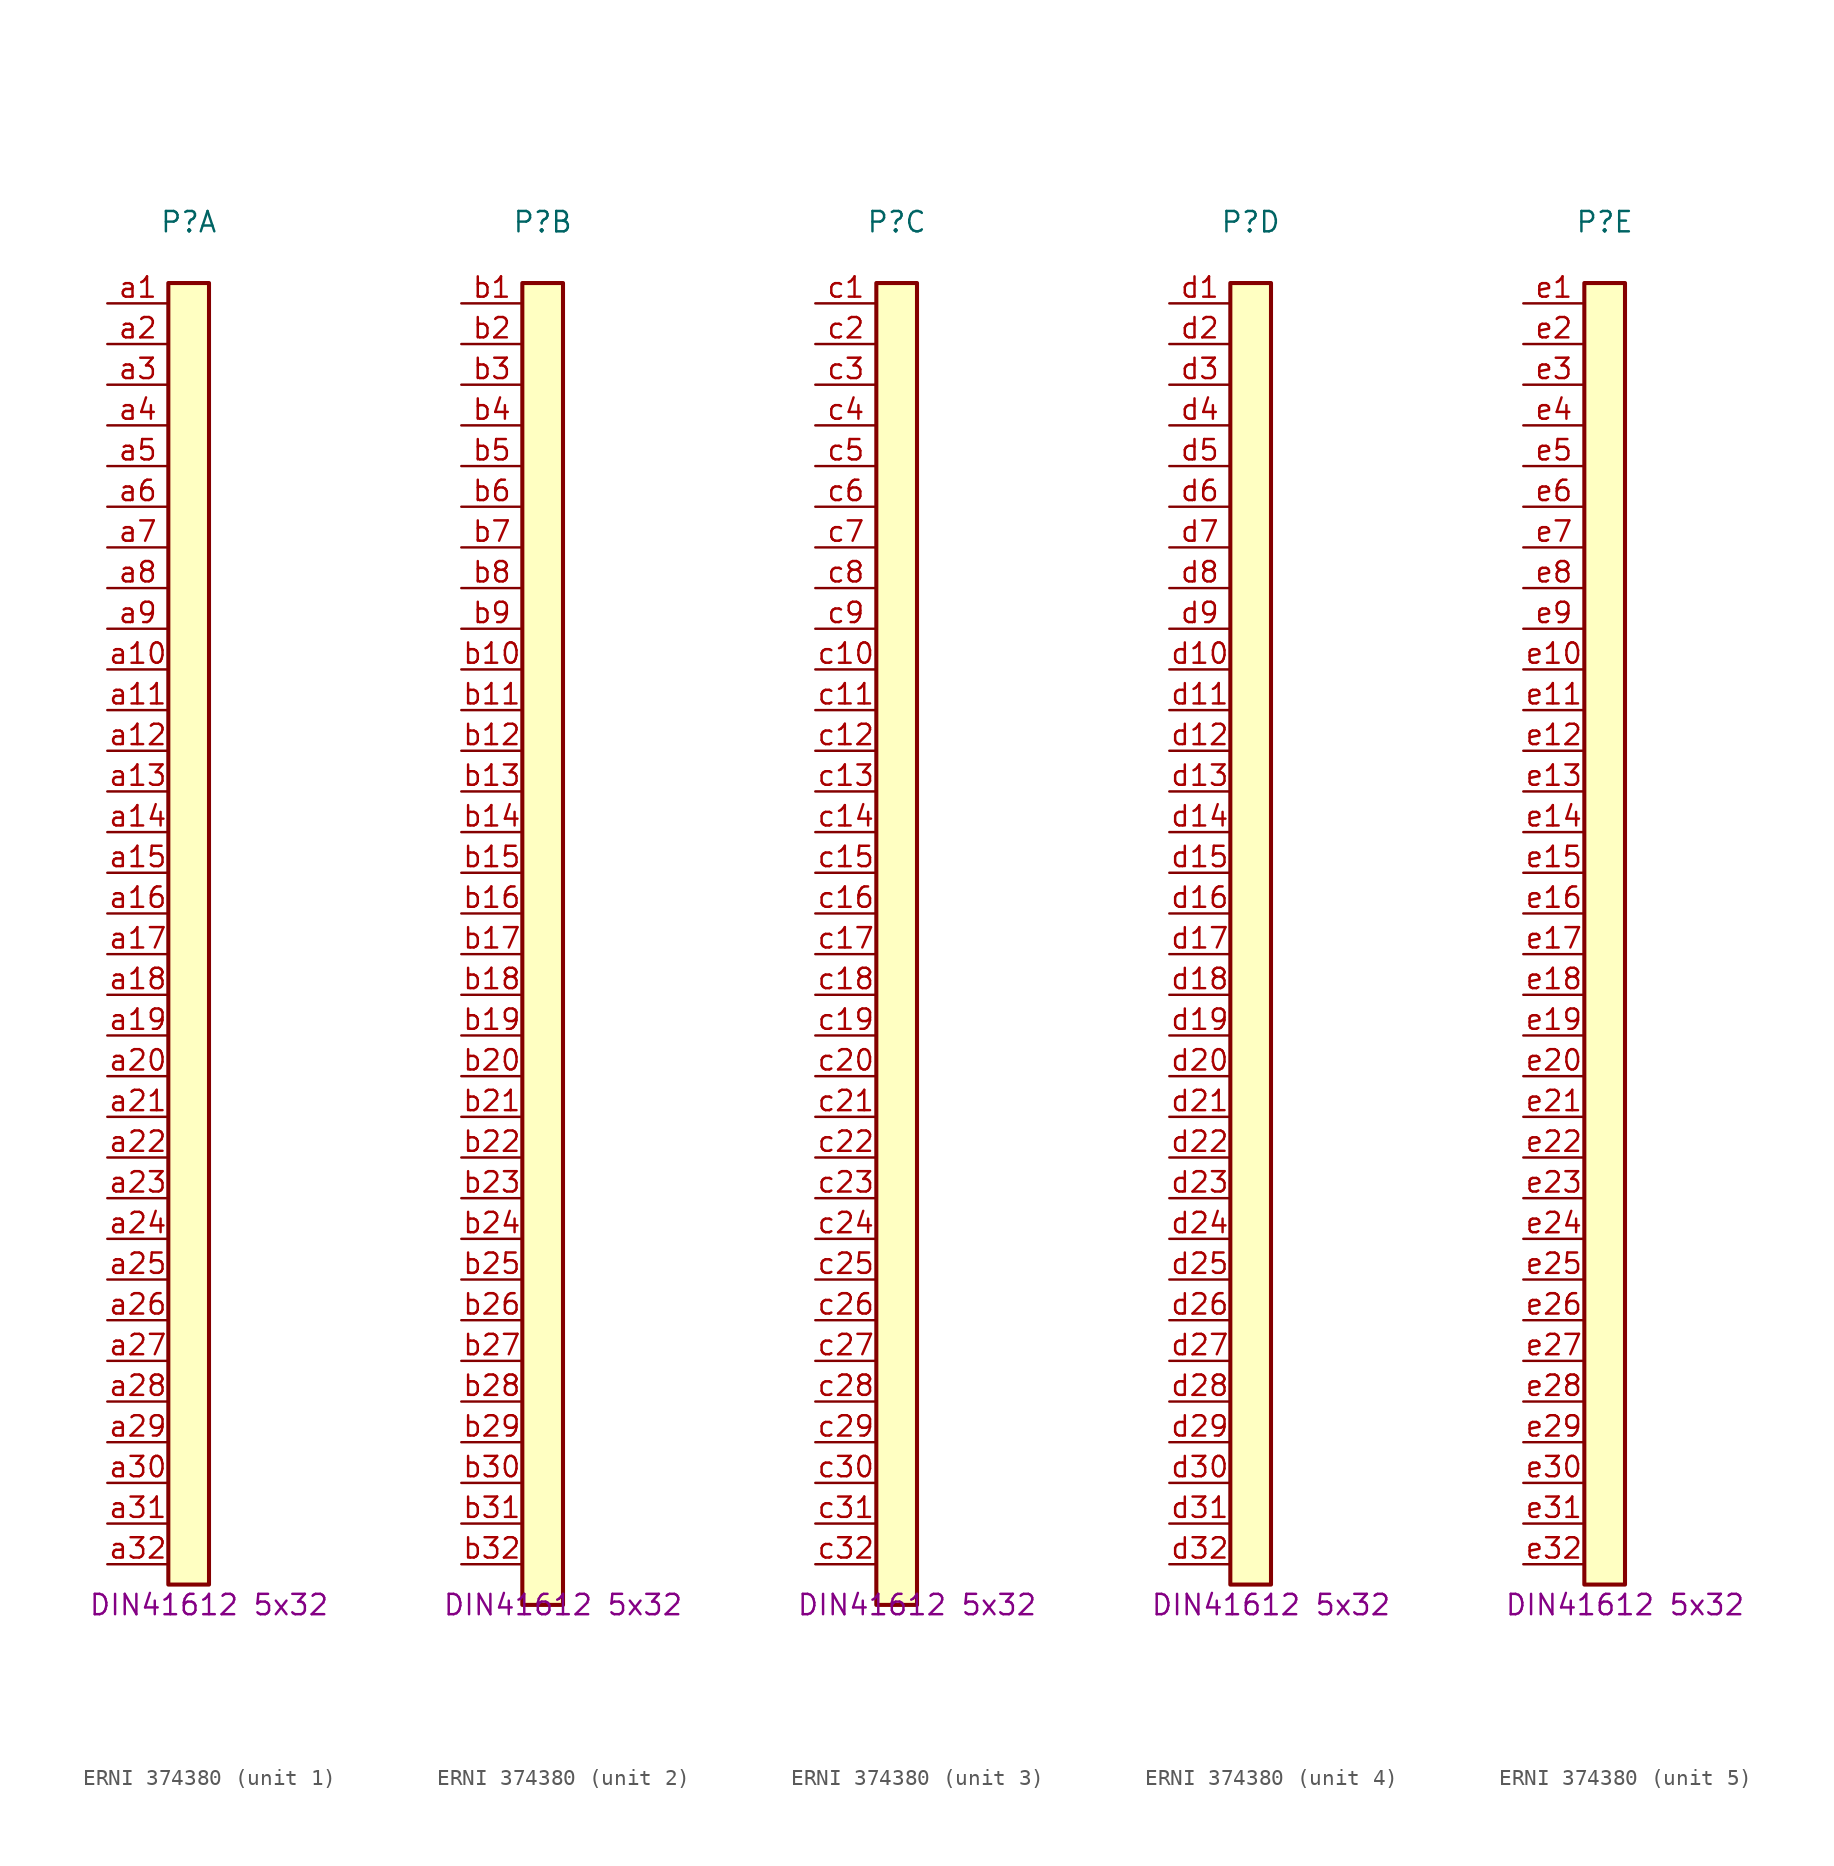
<source format=kicad_sym>
(kicad_symbol_lib
  (version 20211014)
  (generator kicad_symbol_editor)
  (symbol "ERNI 374380"
    (pin_names
      (offset 1.016) hide)
    (property "Reference" "P"
      (at 0 43.18 0)
      (effects (font (size 1.27 1.27))))
    (property "Comment" "DIN41612 5x32"
      (at 1.27 -43.18 0)
      (effects (font (size 1.27 1.27))))
    (property "ki_locked" ""
      (at 0 0 0)
      (effects (font (size 1.27 1.27))))
    (symbol "ERNI 374380_1_1"
      (rectangle (start -1.27 39.37) (end 1.27 -41.91) (stroke (width 0.254) (type default) (color 0 0 0 0)) (fill (type background)))
      (pin passive line (at -5.08 38.1 0) (length 3.81) (name "Pin_a1" (effects (font (size 1.27 1.27)))) (number "a1" (effects (font (size 1.27 1.27)))))
      (pin passive line (at -5.08 15.24 0) (length 3.81) (name "Pin_a10" (effects (font (size 1.27 1.27)))) (number "a10" (effects (font (size 1.27 1.27)))))
      (pin passive line (at -5.08 12.7 0) (length 3.81) (name "Pin_a11" (effects (font (size 1.27 1.27)))) (number "a11" (effects (font (size 1.27 1.27)))))
      (pin passive line (at -5.08 10.16 0) (length 3.81) (name "Pin_a12" (effects (font (size 1.27 1.27)))) (number "a12" (effects (font (size 1.27 1.27)))))
      (pin passive line (at -5.08 7.62 0) (length 3.81) (name "Pin_a13" (effects (font (size 1.27 1.27)))) (number "a13" (effects (font (size 1.27 1.27)))))
      (pin passive line (at -5.08 5.08 0) (length 3.81) (name "Pin_a14" (effects (font (size 1.27 1.27)))) (number "a14" (effects (font (size 1.27 1.27)))))
      (pin passive line (at -5.08 2.54 0) (length 3.81) (name "Pin_a15" (effects (font (size 1.27 1.27)))) (number "a15" (effects (font (size 1.27 1.27)))))
      (pin passive line (at -5.08 0 0) (length 3.81) (name "Pin_a16" (effects (font (size 1.27 1.27)))) (number "a16" (effects (font (size 1.27 1.27)))))
      (pin passive line (at -5.08 -2.54 0) (length 3.81) (name "Pin_a17" (effects (font (size 1.27 1.27)))) (number "a17" (effects (font (size 1.27 1.27)))))
      (pin passive line (at -5.08 -5.08 0) (length 3.81) (name "Pin_a18" (effects (font (size 1.27 1.27)))) (number "a18" (effects (font (size 1.27 1.27)))))
      (pin passive line (at -5.08 -7.62 0) (length 3.81) (name "Pin_a19" (effects (font (size 1.27 1.27)))) (number "a19" (effects (font (size 1.27 1.27)))))
      (pin passive line (at -5.08 35.56 0) (length 3.81) (name "Pin_a2" (effects (font (size 1.27 1.27)))) (number "a2" (effects (font (size 1.27 1.27)))))
      (pin passive line (at -5.08 -10.16 0) (length 3.81) (name "Pin_a20" (effects (font (size 1.27 1.27)))) (number "a20" (effects (font (size 1.27 1.27)))))
      (pin passive line (at -5.08 -12.7 0) (length 3.81) (name "Pin_a21" (effects (font (size 1.27 1.27)))) (number "a21" (effects (font (size 1.27 1.27)))))
      (pin passive line (at -5.08 -15.24 0) (length 3.81) (name "Pin_a22" (effects (font (size 1.27 1.27)))) (number "a22" (effects (font (size 1.27 1.27)))))
      (pin passive line (at -5.08 -17.78 0) (length 3.81) (name "Pin_a23" (effects (font (size 1.27 1.27)))) (number "a23" (effects (font (size 1.27 1.27)))))
      (pin passive line (at -5.08 -20.32 0) (length 3.81) (name "Pin_a24" (effects (font (size 1.27 1.27)))) (number "a24" (effects (font (size 1.27 1.27)))))
      (pin passive line (at -5.08 -22.86 0) (length 3.81) (name "Pin_a25" (effects (font (size 1.27 1.27)))) (number "a25" (effects (font (size 1.27 1.27)))))
      (pin passive line (at -5.08 -25.4 0) (length 3.81) (name "Pin_a26" (effects (font (size 1.27 1.27)))) (number "a26" (effects (font (size 1.27 1.27)))))
      (pin passive line (at -5.08 -27.94 0) (length 3.81) (name "Pin_a27" (effects (font (size 1.27 1.27)))) (number "a27" (effects (font (size 1.27 1.27)))))
      (pin passive line (at -5.08 -30.48 0) (length 3.81) (name "Pin_a28" (effects (font (size 1.27 1.27)))) (number "a28" (effects (font (size 1.27 1.27)))))
      (pin passive line (at -5.08 -33.02 0) (length 3.81) (name "Pin_a29" (effects (font (size 1.27 1.27)))) (number "a29" (effects (font (size 1.27 1.27)))))
      (pin passive line (at -5.08 33.02 0) (length 3.81) (name "Pin_a3" (effects (font (size 1.27 1.27)))) (number "a3" (effects (font (size 1.27 1.27)))))
      (pin passive line (at -5.08 -35.56 0) (length 3.81) (name "Pin_a30" (effects (font (size 1.27 1.27)))) (number "a30" (effects (font (size 1.27 1.27)))))
      (pin passive line (at -5.08 -38.1 0) (length 3.81) (name "Pin_a31" (effects (font (size 1.27 1.27)))) (number "a31" (effects (font (size 1.27 1.27)))))
      (pin passive line (at -5.08 -40.64 0) (length 3.81) (name "Pin_a32" (effects (font (size 1.27 1.27)))) (number "a32" (effects (font (size 1.27 1.27)))))
      (pin passive line (at -5.08 30.48 0) (length 3.81) (name "Pin_a4" (effects (font (size 1.27 1.27)))) (number "a4" (effects (font (size 1.27 1.27)))))
      (pin passive line (at -5.08 27.94 0) (length 3.81) (name "Pin_a5" (effects (font (size 1.27 1.27)))) (number "a5" (effects (font (size 1.27 1.27)))))
      (pin passive line (at -5.08 25.4 0) (length 3.81) (name "Pin_a6" (effects (font (size 1.27 1.27)))) (number "a6" (effects (font (size 1.27 1.27)))))
      (pin passive line (at -5.08 22.86 0) (length 3.81) (name "Pin_a7" (effects (font (size 1.27 1.27)))) (number "a7" (effects (font (size 1.27 1.27)))))
      (pin passive line (at -5.08 20.32 0) (length 3.81) (name "Pin_a8" (effects (font (size 1.27 1.27)))) (number "a8" (effects (font (size 1.27 1.27)))))
      (pin passive line (at -5.08 17.78 0) (length 3.81) (name "Pin_a9" (effects (font (size 1.27 1.27)))) (number "a9" (effects (font (size 1.27 1.27))))))
    (symbol "ERNI 374380_2_1"
      (rectangle (start -1.27 39.37) (end 1.27 -43.18) (stroke (width 0.254) (type default) (color 0 0 0 0)) (fill (type background)))
      (pin passive line (at -5.08 38.1 0) (length 3.81) (name "b1" (effects (font (size 1.27 1.27)))) (number "b1" (effects (font (size 1.27 1.27)))))
      (pin passive line (at -5.08 15.24 0) (length 3.81) (name "b10" (effects (font (size 1.27 1.27)))) (number "b10" (effects (font (size 1.27 1.27)))))
      (pin passive line (at -5.08 12.7 0) (length 3.81) (name "b11" (effects (font (size 1.27 1.27)))) (number "b11" (effects (font (size 1.27 1.27)))))
      (pin passive line (at -5.08 10.16 0) (length 3.81) (name "b12" (effects (font (size 1.27 1.27)))) (number "b12" (effects (font (size 1.27 1.27)))))
      (pin passive line (at -5.08 7.62 0) (length 3.81) (name "b13" (effects (font (size 1.27 1.27)))) (number "b13" (effects (font (size 1.27 1.27)))))
      (pin passive line (at -5.08 5.08 0) (length 3.81) (name "b14" (effects (font (size 1.27 1.27)))) (number "b14" (effects (font (size 1.27 1.27)))))
      (pin passive line (at -5.08 2.54 0) (length 3.81) (name "b15" (effects (font (size 1.27 1.27)))) (number "b15" (effects (font (size 1.27 1.27)))))
      (pin passive line (at -5.08 0 0) (length 3.81) (name "b16" (effects (font (size 1.27 1.27)))) (number "b16" (effects (font (size 1.27 1.27)))))
      (pin passive line (at -5.08 -2.54 0) (length 3.81) (name "b17" (effects (font (size 1.27 1.27)))) (number "b17" (effects (font (size 1.27 1.27)))))
      (pin passive line (at -5.08 -5.08 0) (length 3.81) (name "b18" (effects (font (size 1.27 1.27)))) (number "b18" (effects (font (size 1.27 1.27)))))
      (pin passive line (at -5.08 -7.62 0) (length 3.81) (name "b19" (effects (font (size 1.27 1.27)))) (number "b19" (effects (font (size 1.27 1.27)))))
      (pin passive line (at -5.08 35.56 0) (length 3.81) (name "b2" (effects (font (size 1.27 1.27)))) (number "b2" (effects (font (size 1.27 1.27)))))
      (pin passive line (at -5.08 -10.16 0) (length 3.81) (name "b20" (effects (font (size 1.27 1.27)))) (number "b20" (effects (font (size 1.27 1.27)))))
      (pin passive line (at -5.08 -12.7 0) (length 3.81) (name "b21" (effects (font (size 1.27 1.27)))) (number "b21" (effects (font (size 1.27 1.27)))))
      (pin passive line (at -5.08 -15.24 0) (length 3.81) (name "b22" (effects (font (size 1.27 1.27)))) (number "b22" (effects (font (size 1.27 1.27)))))
      (pin passive line (at -5.08 -17.78 0) (length 3.81) (name "b23" (effects (font (size 1.27 1.27)))) (number "b23" (effects (font (size 1.27 1.27)))))
      (pin passive line (at -5.08 -20.32 0) (length 3.81) (name "b24" (effects (font (size 1.27 1.27)))) (number "b24" (effects (font (size 1.27 1.27)))))
      (pin passive line (at -5.08 -22.86 0) (length 3.81) (name "b25" (effects (font (size 1.27 1.27)))) (number "b25" (effects (font (size 1.27 1.27)))))
      (pin passive line (at -5.08 -25.4 0) (length 3.81) (name "b26" (effects (font (size 1.27 1.27)))) (number "b26" (effects (font (size 1.27 1.27)))))
      (pin passive line (at -5.08 -27.94 0) (length 3.81) (name "b27" (effects (font (size 1.27 1.27)))) (number "b27" (effects (font (size 1.27 1.27)))))
      (pin passive line (at -5.08 -30.48 0) (length 3.81) (name "b28" (effects (font (size 1.27 1.27)))) (number "b28" (effects (font (size 1.27 1.27)))))
      (pin passive line (at -5.08 -33.02 0) (length 3.81) (name "b29" (effects (font (size 1.27 1.27)))) (number "b29" (effects (font (size 1.27 1.27)))))
      (pin passive line (at -5.08 33.02 0) (length 3.81) (name "b3" (effects (font (size 1.27 1.27)))) (number "b3" (effects (font (size 1.27 1.27)))))
      (pin passive line (at -5.08 -35.56 0) (length 3.81) (name "b30" (effects (font (size 1.27 1.27)))) (number "b30" (effects (font (size 1.27 1.27)))))
      (pin passive line (at -5.08 -38.1 0) (length 3.81) (name "b31" (effects (font (size 1.27 1.27)))) (number "b31" (effects (font (size 1.27 1.27)))))
      (pin passive line (at -5.08 -40.64 0) (length 3.81) (name "b32" (effects (font (size 1.27 1.27)))) (number "b32" (effects (font (size 1.27 1.27)))))
      (pin passive line (at -5.08 30.48 0) (length 3.81) (name "b4" (effects (font (size 1.27 1.27)))) (number "b4" (effects (font (size 1.27 1.27)))))
      (pin passive line (at -5.08 27.94 0) (length 3.81) (name "b5" (effects (font (size 1.27 1.27)))) (number "b5" (effects (font (size 1.27 1.27)))))
      (pin passive line (at -5.08 25.4 0) (length 3.81) (name "b6" (effects (font (size 1.27 1.27)))) (number "b6" (effects (font (size 1.27 1.27)))))
      (pin passive line (at -5.08 22.86 0) (length 3.81) (name "b7" (effects (font (size 1.27 1.27)))) (number "b7" (effects (font (size 1.27 1.27)))))
      (pin passive line (at -5.08 20.32 0) (length 3.81) (name "b8" (effects (font (size 1.27 1.27)))) (number "b8" (effects (font (size 1.27 1.27)))))
      (pin passive line (at -5.08 17.78 0) (length 3.81) (name "b9" (effects (font (size 1.27 1.27)))) (number "b9" (effects (font (size 1.27 1.27))))))
    (symbol "ERNI 374380_3_1"
      (rectangle (start -1.27 39.37) (end 1.27 -43.18) (stroke (width 0.254) (type default) (color 0 0 0 0)) (fill (type background)))
      (pin passive line (at -5.08 38.1 0) (length 3.81) (name "c1" (effects (font (size 1.27 1.27)))) (number "c1" (effects (font (size 1.27 1.27)))))
      (pin passive line (at -5.08 15.24 0) (length 3.81) (name "c10" (effects (font (size 1.27 1.27)))) (number "c10" (effects (font (size 1.27 1.27)))))
      (pin passive line (at -5.08 12.7 0) (length 3.81) (name "c11" (effects (font (size 1.27 1.27)))) (number "c11" (effects (font (size 1.27 1.27)))))
      (pin passive line (at -5.08 10.16 0) (length 3.81) (name "c12" (effects (font (size 1.27 1.27)))) (number "c12" (effects (font (size 1.27 1.27)))))
      (pin passive line (at -5.08 7.62 0) (length 3.81) (name "c13" (effects (font (size 1.27 1.27)))) (number "c13" (effects (font (size 1.27 1.27)))))
      (pin passive line (at -5.08 5.08 0) (length 3.81) (name "c14" (effects (font (size 1.27 1.27)))) (number "c14" (effects (font (size 1.27 1.27)))))
      (pin passive line (at -5.08 2.54 0) (length 3.81) (name "c15" (effects (font (size 1.27 1.27)))) (number "c15" (effects (font (size 1.27 1.27)))))
      (pin passive line (at -5.08 0 0) (length 3.81) (name "c16" (effects (font (size 1.27 1.27)))) (number "c16" (effects (font (size 1.27 1.27)))))
      (pin passive line (at -5.08 -2.54 0) (length 3.81) (name "c17" (effects (font (size 1.27 1.27)))) (number "c17" (effects (font (size 1.27 1.27)))))
      (pin passive line (at -5.08 -5.08 0) (length 3.81) (name "c18" (effects (font (size 1.27 1.27)))) (number "c18" (effects (font (size 1.27 1.27)))))
      (pin passive line (at -5.08 -7.62 0) (length 3.81) (name "c19" (effects (font (size 1.27 1.27)))) (number "c19" (effects (font (size 1.27 1.27)))))
      (pin passive line (at -5.08 35.56 0) (length 3.81) (name "c2" (effects (font (size 1.27 1.27)))) (number "c2" (effects (font (size 1.27 1.27)))))
      (pin passive line (at -5.08 -10.16 0) (length 3.81) (name "c20" (effects (font (size 1.27 1.27)))) (number "c20" (effects (font (size 1.27 1.27)))))
      (pin passive line (at -5.08 -12.7 0) (length 3.81) (name "c21" (effects (font (size 1.27 1.27)))) (number "c21" (effects (font (size 1.27 1.27)))))
      (pin passive line (at -5.08 -15.24 0) (length 3.81) (name "c22" (effects (font (size 1.27 1.27)))) (number "c22" (effects (font (size 1.27 1.27)))))
      (pin passive line (at -5.08 -17.78 0) (length 3.81) (name "c23" (effects (font (size 1.27 1.27)))) (number "c23" (effects (font (size 1.27 1.27)))))
      (pin passive line (at -5.08 -20.32 0) (length 3.81) (name "c24" (effects (font (size 1.27 1.27)))) (number "c24" (effects (font (size 1.27 1.27)))))
      (pin passive line (at -5.08 -22.86 0) (length 3.81) (name "c25" (effects (font (size 1.27 1.27)))) (number "c25" (effects (font (size 1.27 1.27)))))
      (pin passive line (at -5.08 -25.4 0) (length 3.81) (name "c26" (effects (font (size 1.27 1.27)))) (number "c26" (effects (font (size 1.27 1.27)))))
      (pin passive line (at -5.08 -27.94 0) (length 3.81) (name "c27" (effects (font (size 1.27 1.27)))) (number "c27" (effects (font (size 1.27 1.27)))))
      (pin passive line (at -5.08 -30.48 0) (length 3.81) (name "c28" (effects (font (size 1.27 1.27)))) (number "c28" (effects (font (size 1.27 1.27)))))
      (pin passive line (at -5.08 -33.02 0) (length 3.81) (name "c29" (effects (font (size 1.27 1.27)))) (number "c29" (effects (font (size 1.27 1.27)))))
      (pin passive line (at -5.08 33.02 0) (length 3.81) (name "c3" (effects (font (size 1.27 1.27)))) (number "c3" (effects (font (size 1.27 1.27)))))
      (pin passive line (at -5.08 -35.56 0) (length 3.81) (name "c30" (effects (font (size 1.27 1.27)))) (number "c30" (effects (font (size 1.27 1.27)))))
      (pin passive line (at -5.08 -38.1 0) (length 3.81) (name "c31" (effects (font (size 1.27 1.27)))) (number "c31" (effects (font (size 1.27 1.27)))))
      (pin passive line (at -5.08 -40.64 0) (length 3.81) (name "c32" (effects (font (size 1.27 1.27)))) (number "c32" (effects (font (size 1.27 1.27)))))
      (pin passive line (at -5.08 30.48 0) (length 3.81) (name "c4" (effects (font (size 1.27 1.27)))) (number "c4" (effects (font (size 1.27 1.27)))))
      (pin passive line (at -5.08 27.94 0) (length 3.81) (name "c5" (effects (font (size 1.27 1.27)))) (number "c5" (effects (font (size 1.27 1.27)))))
      (pin passive line (at -5.08 25.4 0) (length 3.81) (name "c6" (effects (font (size 1.27 1.27)))) (number "c6" (effects (font (size 1.27 1.27)))))
      (pin passive line (at -5.08 22.86 0) (length 3.81) (name "c7" (effects (font (size 1.27 1.27)))) (number "c7" (effects (font (size 1.27 1.27)))))
      (pin passive line (at -5.08 20.32 0) (length 3.81) (name "c8" (effects (font (size 1.27 1.27)))) (number "c8" (effects (font (size 1.27 1.27)))))
      (pin passive line (at -5.08 17.78 0) (length 3.81) (name "c9" (effects (font (size 1.27 1.27)))) (number "c9" (effects (font (size 1.27 1.27))))))
    (symbol "ERNI 374380_4_1"
      (rectangle (start -1.27 39.37) (end 1.27 -41.91) (stroke (width 0.254) (type default) (color 0 0 0 0)) (fill (type background)))
      (pin passive line (at -5.08 38.1 0) (length 3.81) (name "d1" (effects (font (size 1.27 1.27)))) (number "d1" (effects (font (size 1.27 1.27)))))
      (pin passive line (at -5.08 15.24 0) (length 3.81) (name "d10" (effects (font (size 1.27 1.27)))) (number "d10" (effects (font (size 1.27 1.27)))))
      (pin passive line (at -5.08 12.7 0) (length 3.81) (name "d11" (effects (font (size 1.27 1.27)))) (number "d11" (effects (font (size 1.27 1.27)))))
      (pin passive line (at -5.08 10.16 0) (length 3.81) (name "d12" (effects (font (size 1.27 1.27)))) (number "d12" (effects (font (size 1.27 1.27)))))
      (pin passive line (at -5.08 7.62 0) (length 3.81) (name "d13" (effects (font (size 1.27 1.27)))) (number "d13" (effects (font (size 1.27 1.27)))))
      (pin passive line (at -5.08 5.08 0) (length 3.81) (name "d14" (effects (font (size 1.27 1.27)))) (number "d14" (effects (font (size 1.27 1.27)))))
      (pin passive line (at -5.08 2.54 0) (length 3.81) (name "d15" (effects (font (size 1.27 1.27)))) (number "d15" (effects (font (size 1.27 1.27)))))
      (pin passive line (at -5.08 0 0) (length 3.81) (name "d16" (effects (font (size 1.27 1.27)))) (number "d16" (effects (font (size 1.27 1.27)))))
      (pin passive line (at -5.08 -2.54 0) (length 3.81) (name "d17" (effects (font (size 1.27 1.27)))) (number "d17" (effects (font (size 1.27 1.27)))))
      (pin passive line (at -5.08 -5.08 0) (length 3.81) (name "d18" (effects (font (size 1.27 1.27)))) (number "d18" (effects (font (size 1.27 1.27)))))
      (pin passive line (at -5.08 -7.62 0) (length 3.81) (name "d19" (effects (font (size 1.27 1.27)))) (number "d19" (effects (font (size 1.27 1.27)))))
      (pin passive line (at -5.08 35.56 0) (length 3.81) (name "d2" (effects (font (size 1.27 1.27)))) (number "d2" (effects (font (size 1.27 1.27)))))
      (pin passive line (at -5.08 -10.16 0) (length 3.81) (name "d20" (effects (font (size 1.27 1.27)))) (number "d20" (effects (font (size 1.27 1.27)))))
      (pin passive line (at -5.08 -12.7 0) (length 3.81) (name "d21" (effects (font (size 1.27 1.27)))) (number "d21" (effects (font (size 1.27 1.27)))))
      (pin passive line (at -5.08 -15.24 0) (length 3.81) (name "d22" (effects (font (size 1.27 1.27)))) (number "d22" (effects (font (size 1.27 1.27)))))
      (pin passive line (at -5.08 -17.78 0) (length 3.81) (name "d23" (effects (font (size 1.27 1.27)))) (number "d23" (effects (font (size 1.27 1.27)))))
      (pin passive line (at -5.08 -20.32 0) (length 3.81) (name "d24" (effects (font (size 1.27 1.27)))) (number "d24" (effects (font (size 1.27 1.27)))))
      (pin passive line (at -5.08 -22.86 0) (length 3.81) (name "d25" (effects (font (size 1.27 1.27)))) (number "d25" (effects (font (size 1.27 1.27)))))
      (pin passive line (at -5.08 -25.4 0) (length 3.81) (name "d26" (effects (font (size 1.27 1.27)))) (number "d26" (effects (font (size 1.27 1.27)))))
      (pin passive line (at -5.08 -27.94 0) (length 3.81) (name "d27" (effects (font (size 1.27 1.27)))) (number "d27" (effects (font (size 1.27 1.27)))))
      (pin passive line (at -5.08 -30.48 0) (length 3.81) (name "d28" (effects (font (size 1.27 1.27)))) (number "d28" (effects (font (size 1.27 1.27)))))
      (pin passive line (at -5.08 -33.02 0) (length 3.81) (name "d29" (effects (font (size 1.27 1.27)))) (number "d29" (effects (font (size 1.27 1.27)))))
      (pin passive line (at -5.08 33.02 0) (length 3.81) (name "d3" (effects (font (size 1.27 1.27)))) (number "d3" (effects (font (size 1.27 1.27)))))
      (pin passive line (at -5.08 -35.56 0) (length 3.81) (name "d30" (effects (font (size 1.27 1.27)))) (number "d30" (effects (font (size 1.27 1.27)))))
      (pin passive line (at -5.08 -38.1 0) (length 3.81) (name "d31" (effects (font (size 1.27 1.27)))) (number "d31" (effects (font (size 1.27 1.27)))))
      (pin passive line (at -5.08 -40.64 0) (length 3.81) (name "d32" (effects (font (size 1.27 1.27)))) (number "d32" (effects (font (size 1.27 1.27)))))
      (pin passive line (at -5.08 30.48 0) (length 3.81) (name "d4" (effects (font (size 1.27 1.27)))) (number "d4" (effects (font (size 1.27 1.27)))))
      (pin passive line (at -5.08 27.94 0) (length 3.81) (name "d5" (effects (font (size 1.27 1.27)))) (number "d5" (effects (font (size 1.27 1.27)))))
      (pin passive line (at -5.08 25.4 0) (length 3.81) (name "d6" (effects (font (size 1.27 1.27)))) (number "d6" (effects (font (size 1.27 1.27)))))
      (pin passive line (at -5.08 22.86 0) (length 3.81) (name "d7" (effects (font (size 1.27 1.27)))) (number "d7" (effects (font (size 1.27 1.27)))))
      (pin passive line (at -5.08 20.32 0) (length 3.81) (name "d8" (effects (font (size 1.27 1.27)))) (number "d8" (effects (font (size 1.27 1.27)))))
      (pin passive line (at -5.08 17.78 0) (length 3.81) (name "d9" (effects (font (size 1.27 1.27)))) (number "d9" (effects (font (size 1.27 1.27))))))
    (symbol "ERNI 374380_5_1"
      (rectangle (start -1.27 39.37) (end 1.27 -41.91) (stroke (width 0.254) (type default) (color 0 0 0 0)) (fill (type background)))
      (pin passive line (at -5.08 38.1 0) (length 3.81) (name "e1" (effects (font (size 1.27 1.27)))) (number "e1" (effects (font (size 1.27 1.27)))))
      (pin passive line (at -5.08 15.24 0) (length 3.81) (name "e10" (effects (font (size 1.27 1.27)))) (number "e10" (effects (font (size 1.27 1.27)))))
      (pin passive line (at -5.08 12.7 0) (length 3.81) (name "e11" (effects (font (size 1.27 1.27)))) (number "e11" (effects (font (size 1.27 1.27)))))
      (pin passive line (at -5.08 10.16 0) (length 3.81) (name "e12" (effects (font (size 1.27 1.27)))) (number "e12" (effects (font (size 1.27 1.27)))))
      (pin passive line (at -5.08 7.62 0) (length 3.81) (name "e13" (effects (font (size 1.27 1.27)))) (number "e13" (effects (font (size 1.27 1.27)))))
      (pin passive line (at -5.08 5.08 0) (length 3.81) (name "e14" (effects (font (size 1.27 1.27)))) (number "e14" (effects (font (size 1.27 1.27)))))
      (pin passive line (at -5.08 2.54 0) (length 3.81) (name "e15" (effects (font (size 1.27 1.27)))) (number "e15" (effects (font (size 1.27 1.27)))))
      (pin passive line (at -5.08 0 0) (length 3.81) (name "e16" (effects (font (size 1.27 1.27)))) (number "e16" (effects (font (size 1.27 1.27)))))
      (pin passive line (at -5.08 -2.54 0) (length 3.81) (name "e17" (effects (font (size 1.27 1.27)))) (number "e17" (effects (font (size 1.27 1.27)))))
      (pin passive line (at -5.08 -5.08 0) (length 3.81) (name "e18" (effects (font (size 1.27 1.27)))) (number "e18" (effects (font (size 1.27 1.27)))))
      (pin passive line (at -5.08 -7.62 0) (length 3.81) (name "e19" (effects (font (size 1.27 1.27)))) (number "e19" (effects (font (size 1.27 1.27)))))
      (pin passive line (at -5.08 35.56 0) (length 3.81) (name "e2" (effects (font (size 1.27 1.27)))) (number "e2" (effects (font (size 1.27 1.27)))))
      (pin passive line (at -5.08 -10.16 0) (length 3.81) (name "e20" (effects (font (size 1.27 1.27)))) (number "e20" (effects (font (size 1.27 1.27)))))
      (pin passive line (at -5.08 -12.7 0) (length 3.81) (name "e21" (effects (font (size 1.27 1.27)))) (number "e21" (effects (font (size 1.27 1.27)))))
      (pin passive line (at -5.08 -15.24 0) (length 3.81) (name "e22" (effects (font (size 1.27 1.27)))) (number "e22" (effects (font (size 1.27 1.27)))))
      (pin passive line (at -5.08 -17.78 0) (length 3.81) (name "e23" (effects (font (size 1.27 1.27)))) (number "e23" (effects (font (size 1.27 1.27)))))
      (pin passive line (at -5.08 -20.32 0) (length 3.81) (name "e24" (effects (font (size 1.27 1.27)))) (number "e24" (effects (font (size 1.27 1.27)))))
      (pin passive line (at -5.08 -22.86 0) (length 3.81) (name "e25" (effects (font (size 1.27 1.27)))) (number "e25" (effects (font (size 1.27 1.27)))))
      (pin passive line (at -5.08 -25.4 0) (length 3.81) (name "e26" (effects (font (size 1.27 1.27)))) (number "e26" (effects (font (size 1.27 1.27)))))
      (pin passive line (at -5.08 -27.94 0) (length 3.81) (name "e27" (effects (font (size 1.27 1.27)))) (number "e27" (effects (font (size 1.27 1.27)))))
      (pin passive line (at -5.08 -30.48 0) (length 3.81) (name "e28" (effects (font (size 1.27 1.27)))) (number "e28" (effects (font (size 1.27 1.27)))))
      (pin passive line (at -5.08 -33.02 0) (length 3.81) (name "e29" (effects (font (size 1.27 1.27)))) (number "e29" (effects (font (size 1.27 1.27)))))
      (pin passive line (at -5.08 33.02 0) (length 3.81) (name "e3" (effects (font (size 1.27 1.27)))) (number "e3" (effects (font (size 1.27 1.27)))))
      (pin passive line (at -5.08 -35.56 0) (length 3.81) (name "e30" (effects (font (size 1.27 1.27)))) (number "e30" (effects (font (size 1.27 1.27)))))
      (pin passive line (at -5.08 -38.1 0) (length 3.81) (name "e31" (effects (font (size 1.27 1.27)))) (number "e31" (effects (font (size 1.27 1.27)))))
      (pin passive line (at -5.08 -40.64 0) (length 3.81) (name "e32" (effects (font (size 1.27 1.27)))) (number "e32" (effects (font (size 1.27 1.27)))))
      (pin passive line (at -5.08 30.48 0) (length 3.81) (name "e4" (effects (font (size 1.27 1.27)))) (number "e4" (effects (font (size 1.27 1.27)))))
      (pin passive line (at -5.08 27.94 0) (length 3.81) (name "e5" (effects (font (size 1.27 1.27)))) (number "e5" (effects (font (size 1.27 1.27)))))
      (pin passive line (at -5.08 25.4 0) (length 3.81) (name "e6" (effects (font (size 1.27 1.27)))) (number "e6" (effects (font (size 1.27 1.27)))))
      (pin passive line (at -5.08 22.86 0) (length 3.81) (name "e7" (effects (font (size 1.27 1.27)))) (number "e7" (effects (font (size 1.27 1.27)))))
      (pin passive line (at -5.08 20.32 0) (length 3.81) (name "e8" (effects (font (size 1.27 1.27)))) (number "e8" (effects (font (size 1.27 1.27)))))
      (pin passive line (at -5.08 17.78 0) (length 3.81) (name "e9" (effects (font (size 1.27 1.27)))) (number "e9" (effects (font (size 1.27 1.27))))))))
</source>
